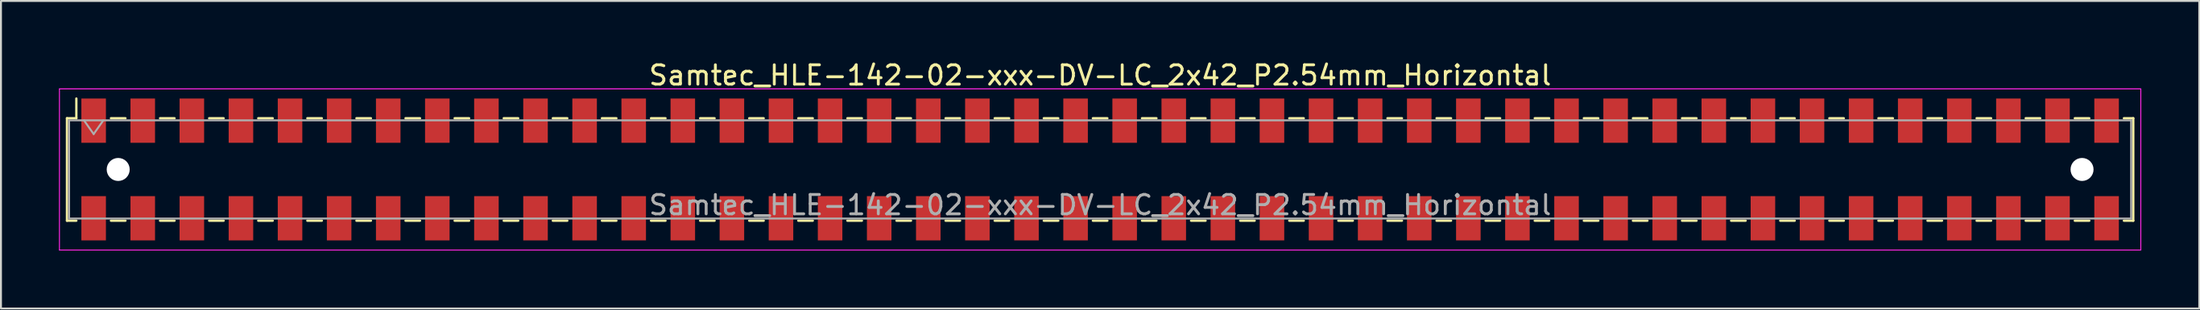
<source format=kicad_pcb>
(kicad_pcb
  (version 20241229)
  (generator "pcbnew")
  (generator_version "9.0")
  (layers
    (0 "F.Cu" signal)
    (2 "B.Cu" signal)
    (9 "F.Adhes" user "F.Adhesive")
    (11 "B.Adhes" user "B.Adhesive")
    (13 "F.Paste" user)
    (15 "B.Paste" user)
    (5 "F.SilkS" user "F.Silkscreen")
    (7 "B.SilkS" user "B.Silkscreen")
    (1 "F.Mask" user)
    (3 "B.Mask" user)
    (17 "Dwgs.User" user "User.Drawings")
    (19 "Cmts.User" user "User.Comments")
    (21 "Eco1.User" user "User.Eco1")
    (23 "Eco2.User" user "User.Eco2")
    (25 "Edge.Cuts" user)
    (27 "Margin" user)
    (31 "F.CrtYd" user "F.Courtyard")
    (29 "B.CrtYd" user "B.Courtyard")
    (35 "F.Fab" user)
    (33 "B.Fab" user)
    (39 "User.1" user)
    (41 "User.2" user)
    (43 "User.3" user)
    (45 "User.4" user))
  (footprint "Samtec_HLE-142-02-xxx-DV-LC_2x42_P2.54mm_Horizontal"
    (layer "F.Cu")
    (at 53.865 5.718)
    (property "Reference" "Samtec_HLE-142-02-xxx-DV-LC_2x42_P2.54mm_Horizontal" (at 0 -4.87 0) (layer "F.SilkS") (effects (font (size 1 1) (thickness 0.15))))
    (attr smd)
    (fp_line (start -53.45 -2.65) (end -53.45 2.65) (stroke (width 0.12) (type solid)) (layer "F.SilkS"))
    (fp_line (start -53.45 2.65) (end -52.965 2.65) (stroke (width 0.12) (type solid)) (layer "F.SilkS"))
    (fp_line (start -52.965 -3.67) (end -52.965 -2.65) (stroke (width 0.12) (type solid)) (layer "F.SilkS"))
    (fp_line (start -52.965 -2.65) (end -53.45 -2.65) (stroke (width 0.12) (type solid)) (layer "F.SilkS"))
    (fp_line (start -51.175 -2.65) (end -50.425 -2.65) (stroke (width 0.12) (type solid)) (layer "F.SilkS"))
    (fp_line (start -51.175 2.65) (end -50.425 2.65) (stroke (width 0.12) (type solid)) (layer "F.SilkS"))
    (fp_line (start -48.635 -2.65) (end -47.885 -2.65) (stroke (width 0.12) (type solid)) (layer "F.SilkS"))
    (fp_line (start -48.635 2.65) (end -47.885 2.65) (stroke (width 0.12) (type solid)) (layer "F.SilkS"))
    (fp_line (start -46.095 -2.65) (end -45.345 -2.65) (stroke (width 0.12) (type solid)) (layer "F.SilkS"))
    (fp_line (start -46.095 2.65) (end -45.345 2.65) (stroke (width 0.12) (type solid)) (layer "F.SilkS"))
    (fp_line (start -43.555 -2.65) (end -42.805 -2.65) (stroke (width 0.12) (type solid)) (layer "F.SilkS"))
    (fp_line (start -43.555 2.65) (end -42.805 2.65) (stroke (width 0.12) (type solid)) (layer "F.SilkS"))
    (fp_line (start -41.015 -2.65) (end -40.265 -2.65) (stroke (width 0.12) (type solid)) (layer "F.SilkS"))
    (fp_line (start -41.015 2.65) (end -40.265 2.65) (stroke (width 0.12) (type solid)) (layer "F.SilkS"))
    (fp_line (start -38.475 -2.65) (end -37.725 -2.65) (stroke (width 0.12) (type solid)) (layer "F.SilkS"))
    (fp_line (start -38.475 2.65) (end -37.725 2.65) (stroke (width 0.12) (type solid)) (layer "F.SilkS"))
    (fp_line (start -35.935 -2.65) (end -35.185 -2.65) (stroke (width 0.12) (type solid)) (layer "F.SilkS"))
    (fp_line (start -35.935 2.65) (end -35.185 2.65) (stroke (width 0.12) (type solid)) (layer "F.SilkS"))
    (fp_line (start -33.395 -2.65) (end -32.645 -2.65) (stroke (width 0.12) (type solid)) (layer "F.SilkS"))
    (fp_line (start -33.395 2.65) (end -32.645 2.65) (stroke (width 0.12) (type solid)) (layer "F.SilkS"))
    (fp_line (start -30.855 -2.65) (end -30.105 -2.65) (stroke (width 0.12) (type solid)) (layer "F.SilkS"))
    (fp_line (start -30.855 2.65) (end -30.105 2.65) (stroke (width 0.12) (type solid)) (layer "F.SilkS"))
    (fp_line (start -28.315 -2.65) (end -27.565 -2.65) (stroke (width 0.12) (type solid)) (layer "F.SilkS"))
    (fp_line (start -28.315 2.65) (end -27.565 2.65) (stroke (width 0.12) (type solid)) (layer "F.SilkS"))
    (fp_line (start -25.775 -2.65) (end -25.025 -2.65) (stroke (width 0.12) (type solid)) (layer "F.SilkS"))
    (fp_line (start -25.775 2.65) (end -25.025 2.65) (stroke (width 0.12) (type solid)) (layer "F.SilkS"))
    (fp_line (start -23.235 -2.65) (end -22.485 -2.65) (stroke (width 0.12) (type solid)) (layer "F.SilkS"))
    (fp_line (start -23.235 2.65) (end -22.485 2.65) (stroke (width 0.12) (type solid)) (layer "F.SilkS"))
    (fp_line (start -20.695 -2.65) (end -19.945 -2.65) (stroke (width 0.12) (type solid)) (layer "F.SilkS"))
    (fp_line (start -20.695 2.65) (end -19.945 2.65) (stroke (width 0.12) (type solid)) (layer "F.SilkS"))
    (fp_line (start -18.155 -2.65) (end -17.405 -2.65) (stroke (width 0.12) (type solid)) (layer "F.SilkS"))
    (fp_line (start -18.155 2.65) (end -17.405 2.65) (stroke (width 0.12) (type solid)) (layer "F.SilkS"))
    (fp_line (start -15.615 -2.65) (end -14.865 -2.65) (stroke (width 0.12) (type solid)) (layer "F.SilkS"))
    (fp_line (start -15.615 2.65) (end -14.865 2.65) (stroke (width 0.12) (type solid)) (layer "F.SilkS"))
    (fp_line (start -13.075 -2.65) (end -12.325 -2.65) (stroke (width 0.12) (type solid)) (layer "F.SilkS"))
    (fp_line (start -13.075 2.65) (end -12.325 2.65) (stroke (width 0.12) (type solid)) (layer "F.SilkS"))
    (fp_line (start -10.535 -2.65) (end -9.785 -2.65) (stroke (width 0.12) (type solid)) (layer "F.SilkS"))
    (fp_line (start -10.535 2.65) (end -9.785 2.65) (stroke (width 0.12) (type solid)) (layer "F.SilkS"))
    (fp_line (start -7.995 -2.65) (end -7.245 -2.65) (stroke (width 0.12) (type solid)) (layer "F.SilkS"))
    (fp_line (start -7.995 2.65) (end -7.245 2.65) (stroke (width 0.12) (type solid)) (layer "F.SilkS"))
    (fp_line (start -5.455 -2.65) (end -4.705 -2.65) (stroke (width 0.12) (type solid)) (layer "F.SilkS"))
    (fp_line (start -5.455 2.65) (end -4.705 2.65) (stroke (width 0.12) (type solid)) (layer "F.SilkS"))
    (fp_line (start -2.915 -2.65) (end -2.165 -2.65) (stroke (width 0.12) (type solid)) (layer "F.SilkS"))
    (fp_line (start -2.915 2.65) (end -2.165 2.65) (stroke (width 0.12) (type solid)) (layer "F.SilkS"))
    (fp_line (start -0.375 -2.65) (end 0.375 -2.65) (stroke (width 0.12) (type solid)) (layer "F.SilkS"))
    (fp_line (start -0.375 2.65) (end 0.375 2.65) (stroke (width 0.12) (type solid)) (layer "F.SilkS"))
    (fp_line (start 2.165 -2.65) (end 2.915 -2.65) (stroke (width 0.12) (type solid)) (layer "F.SilkS"))
    (fp_line (start 2.165 2.65) (end 2.915 2.65) (stroke (width 0.12) (type solid)) (layer "F.SilkS"))
    (fp_line (start 4.705 -2.65) (end 5.455 -2.65) (stroke (width 0.12) (type solid)) (layer "F.SilkS"))
    (fp_line (start 4.705 2.65) (end 5.455 2.65) (stroke (width 0.12) (type solid)) (layer "F.SilkS"))
    (fp_line (start 7.245 -2.65) (end 7.995 -2.65) (stroke (width 0.12) (type solid)) (layer "F.SilkS"))
    (fp_line (start 7.245 2.65) (end 7.995 2.65) (stroke (width 0.12) (type solid)) (layer "F.SilkS"))
    (fp_line (start 9.785 -2.65) (end 10.535 -2.65) (stroke (width 0.12) (type solid)) (layer "F.SilkS"))
    (fp_line (start 9.785 2.65) (end 10.535 2.65) (stroke (width 0.12) (type solid)) (layer "F.SilkS"))
    (fp_line (start 12.325 -2.65) (end 13.075 -2.65) (stroke (width 0.12) (type solid)) (layer "F.SilkS"))
    (fp_line (start 12.325 2.65) (end 13.075 2.65) (stroke (width 0.12) (type solid)) (layer "F.SilkS"))
    (fp_line (start 14.865 -2.65) (end 15.615 -2.65) (stroke (width 0.12) (type solid)) (layer "F.SilkS"))
    (fp_line (start 14.865 2.65) (end 15.615 2.65) (stroke (width 0.12) (type solid)) (layer "F.SilkS"))
    (fp_line (start 17.405 -2.65) (end 18.155 -2.65) (stroke (width 0.12) (type solid)) (layer "F.SilkS"))
    (fp_line (start 17.405 2.65) (end 18.155 2.65) (stroke (width 0.12) (type solid)) (layer "F.SilkS"))
    (fp_line (start 19.945 -2.65) (end 20.695 -2.65) (stroke (width 0.12) (type solid)) (layer "F.SilkS"))
    (fp_line (start 19.945 2.65) (end 20.695 2.65) (stroke (width 0.12) (type solid)) (layer "F.SilkS"))
    (fp_line (start 22.485 -2.65) (end 23.235 -2.65) (stroke (width 0.12) (type solid)) (layer "F.SilkS"))
    (fp_line (start 22.485 2.65) (end 23.235 2.65) (stroke (width 0.12) (type solid)) (layer "F.SilkS"))
    (fp_line (start 25.025 -2.65) (end 25.775 -2.65) (stroke (width 0.12) (type solid)) (layer "F.SilkS"))
    (fp_line (start 25.025 2.65) (end 25.775 2.65) (stroke (width 0.12) (type solid)) (layer "F.SilkS"))
    (fp_line (start 27.565 -2.65) (end 28.315 -2.65) (stroke (width 0.12) (type solid)) (layer "F.SilkS"))
    (fp_line (start 27.565 2.65) (end 28.315 2.65) (stroke (width 0.12) (type solid)) (layer "F.SilkS"))
    (fp_line (start 30.105 -2.65) (end 30.855 -2.65) (stroke (width 0.12) (type solid)) (layer "F.SilkS"))
    (fp_line (start 30.105 2.65) (end 30.855 2.65) (stroke (width 0.12) (type solid)) (layer "F.SilkS"))
    (fp_line (start 32.645 -2.65) (end 33.395 -2.65) (stroke (width 0.12) (type solid)) (layer "F.SilkS"))
    (fp_line (start 32.645 2.65) (end 33.395 2.65) (stroke (width 0.12) (type solid)) (layer "F.SilkS"))
    (fp_line (start 35.185 -2.65) (end 35.935 -2.65) (stroke (width 0.12) (type solid)) (layer "F.SilkS"))
    (fp_line (start 35.185 2.65) (end 35.935 2.65) (stroke (width 0.12) (type solid)) (layer "F.SilkS"))
    (fp_line (start 37.725 -2.65) (end 38.475 -2.65) (stroke (width 0.12) (type solid)) (layer "F.SilkS"))
    (fp_line (start 37.725 2.65) (end 38.475 2.65) (stroke (width 0.12) (type solid)) (layer "F.SilkS"))
    (fp_line (start 40.265 -2.65) (end 41.015 -2.65) (stroke (width 0.12) (type solid)) (layer "F.SilkS"))
    (fp_line (start 40.265 2.65) (end 41.015 2.65) (stroke (width 0.12) (type solid)) (layer "F.SilkS"))
    (fp_line (start 42.805 -2.65) (end 43.555 -2.65) (stroke (width 0.12) (type solid)) (layer "F.SilkS"))
    (fp_line (start 42.805 2.65) (end 43.555 2.65) (stroke (width 0.12) (type solid)) (layer "F.SilkS"))
    (fp_line (start 45.345 -2.65) (end 46.095 -2.65) (stroke (width 0.12) (type solid)) (layer "F.SilkS"))
    (fp_line (start 45.345 2.65) (end 46.095 2.65) (stroke (width 0.12) (type solid)) (layer "F.SilkS"))
    (fp_line (start 47.885 -2.65) (end 48.635 -2.65) (stroke (width 0.12) (type solid)) (layer "F.SilkS"))
    (fp_line (start 47.885 2.65) (end 48.635 2.65) (stroke (width 0.12) (type solid)) (layer "F.SilkS"))
    (fp_line (start 50.425 -2.65) (end 51.175 -2.65) (stroke (width 0.12) (type solid)) (layer "F.SilkS"))
    (fp_line (start 50.425 2.65) (end 51.175 2.65) (stroke (width 0.12) (type solid)) (layer "F.SilkS"))
    (fp_line (start 52.965 -2.65) (end 53.45 -2.65) (stroke (width 0.12) (type solid)) (layer "F.SilkS"))
    (fp_line (start 53.45 -2.65) (end 53.45 2.65) (stroke (width 0.12) (type solid)) (layer "F.SilkS"))
    (fp_line (start 53.45 2.65) (end 52.965 2.65) (stroke (width 0.12) (type solid)) (layer "F.SilkS"))
    (fp_line (start -53.84 -4.17) (end 53.84 -4.17) (stroke (width 0.05) (type solid)) (layer "F.CrtYd"))
    (fp_line (start -53.84 4.17) (end -53.84 -4.17) (stroke (width 0.05) (type solid)) (layer "F.CrtYd"))
    (fp_line (start 53.84 -4.17) (end 53.84 4.17) (stroke (width 0.05) (type solid)) (layer "F.CrtYd"))
    (fp_line (start 53.84 4.17) (end -53.84 4.17) (stroke (width 0.05) (type solid)) (layer "F.CrtYd"))
    (fp_line (start -53.34 -2.54) (end 53.34 -2.54) (stroke (width 0.1) (type solid)) (layer "F.Fab"))
    (fp_line (start -53.34 2.54) (end -53.34 -2.54) (stroke (width 0.1) (type solid)) (layer "F.Fab"))
    (fp_line (start -52.57 -2.54) (end -52.07 -1.833) (stroke (width 0.1) (type solid)) (layer "F.Fab"))
    (fp_line (start -52.07 -1.833) (end -51.57 -2.54) (stroke (width 0.1) (type solid)) (layer "F.Fab"))
    (fp_line (start 53.34 -2.54) (end 53.34 2.54) (stroke (width 0.1) (type solid)) (layer "F.Fab"))
    (fp_line (start 53.34 2.54) (end -53.34 2.54) (stroke (width 0.1) (type solid)) (layer "F.Fab"))
    (fp_text user "${REFERENCE}" (at 0 1.84 0) (layer "F.Fab") (effects (font (size 1 1) (thickness 0.15))))
    (pad "" np_thru_hole circle (at -50.8 0) (size 1.19 1.19) (drill 1.19) (layers "*.Cu" "*.Mask"))
    (pad "" np_thru_hole circle (at 50.8 0) (size 1.19 1.19) (drill 1.19) (layers "*.Cu" "*.Mask"))
    (pad "1" smd rect (at -52.07 -2.525) (size 1.27 2.29) (layers "F.Cu" "F.Mask" "F.Paste"))
    (pad "2" smd rect (at -52.07 2.525) (size 1.27 2.29) (layers "F.Cu" "F.Mask" "F.Paste"))
    (pad "3" smd rect (at -49.53 -2.525) (size 1.27 2.29) (layers "F.Cu" "F.Mask" "F.Paste"))
    (pad "4" smd rect (at -49.53 2.525) (size 1.27 2.29) (layers "F.Cu" "F.Mask" "F.Paste"))
    (pad "5" smd rect (at -46.99 -2.525) (size 1.27 2.29) (layers "F.Cu" "F.Mask" "F.Paste"))
    (pad "6" smd rect (at -46.99 2.525) (size 1.27 2.29) (layers "F.Cu" "F.Mask" "F.Paste"))
    (pad "7" smd rect (at -44.45 -2.525) (size 1.27 2.29) (layers "F.Cu" "F.Mask" "F.Paste"))
    (pad "8" smd rect (at -44.45 2.525) (size 1.27 2.29) (layers "F.Cu" "F.Mask" "F.Paste"))
    (pad "9" smd rect (at -41.91 -2.525) (size 1.27 2.29) (layers "F.Cu" "F.Mask" "F.Paste"))
    (pad "10" smd rect (at -41.91 2.525) (size 1.27 2.29) (layers "F.Cu" "F.Mask" "F.Paste"))
    (pad "11" smd rect (at -39.37 -2.525) (size 1.27 2.29) (layers "F.Cu" "F.Mask" "F.Paste"))
    (pad "12" smd rect (at -39.37 2.525) (size 1.27 2.29) (layers "F.Cu" "F.Mask" "F.Paste"))
    (pad "13" smd rect (at -36.83 -2.525) (size 1.27 2.29) (layers "F.Cu" "F.Mask" "F.Paste"))
    (pad "14" smd rect (at -36.83 2.525) (size 1.27 2.29) (layers "F.Cu" "F.Mask" "F.Paste"))
    (pad "15" smd rect (at -34.29 -2.525) (size 1.27 2.29) (layers "F.Cu" "F.Mask" "F.Paste"))
    (pad "16" smd rect (at -34.29 2.525) (size 1.27 2.29) (layers "F.Cu" "F.Mask" "F.Paste"))
    (pad "17" smd rect (at -31.75 -2.525) (size 1.27 2.29) (layers "F.Cu" "F.Mask" "F.Paste"))
    (pad "18" smd rect (at -31.75 2.525) (size 1.27 2.29) (layers "F.Cu" "F.Mask" "F.Paste"))
    (pad "19" smd rect (at -29.21 -2.525) (size 1.27 2.29) (layers "F.Cu" "F.Mask" "F.Paste"))
    (pad "20" smd rect (at -29.21 2.525) (size 1.27 2.29) (layers "F.Cu" "F.Mask" "F.Paste"))
    (pad "21" smd rect (at -26.67 -2.525) (size 1.27 2.29) (layers "F.Cu" "F.Mask" "F.Paste"))
    (pad "22" smd rect (at -26.67 2.525) (size 1.27 2.29) (layers "F.Cu" "F.Mask" "F.Paste"))
    (pad "23" smd rect (at -24.13 -2.525) (size 1.27 2.29) (layers "F.Cu" "F.Mask" "F.Paste"))
    (pad "24" smd rect (at -24.13 2.525) (size 1.27 2.29) (layers "F.Cu" "F.Mask" "F.Paste"))
    (pad "25" smd rect (at -21.59 -2.525) (size 1.27 2.29) (layers "F.Cu" "F.Mask" "F.Paste"))
    (pad "26" smd rect (at -21.59 2.525) (size 1.27 2.29) (layers "F.Cu" "F.Mask" "F.Paste"))
    (pad "27" smd rect (at -19.05 -2.525) (size 1.27 2.29) (layers "F.Cu" "F.Mask" "F.Paste"))
    (pad "28" smd rect (at -19.05 2.525) (size 1.27 2.29) (layers "F.Cu" "F.Mask" "F.Paste"))
    (pad "29" smd rect (at -16.51 -2.525) (size 1.27 2.29) (layers "F.Cu" "F.Mask" "F.Paste"))
    (pad "30" smd rect (at -16.51 2.525) (size 1.27 2.29) (layers "F.Cu" "F.Mask" "F.Paste"))
    (pad "31" smd rect (at -13.97 -2.525) (size 1.27 2.29) (layers "F.Cu" "F.Mask" "F.Paste"))
    (pad "32" smd rect (at -13.97 2.525) (size 1.27 2.29) (layers "F.Cu" "F.Mask" "F.Paste"))
    (pad "33" smd rect (at -11.43 -2.525) (size 1.27 2.29) (layers "F.Cu" "F.Mask" "F.Paste"))
    (pad "34" smd rect (at -11.43 2.525) (size 1.27 2.29) (layers "F.Cu" "F.Mask" "F.Paste"))
    (pad "35" smd rect (at -8.89 -2.525) (size 1.27 2.29) (layers "F.Cu" "F.Mask" "F.Paste"))
    (pad "36" smd rect (at -8.89 2.525) (size 1.27 2.29) (layers "F.Cu" "F.Mask" "F.Paste"))
    (pad "37" smd rect (at -6.35 -2.525) (size 1.27 2.29) (layers "F.Cu" "F.Mask" "F.Paste"))
    (pad "38" smd rect (at -6.35 2.525) (size 1.27 2.29) (layers "F.Cu" "F.Mask" "F.Paste"))
    (pad "39" smd rect (at -3.81 -2.525) (size 1.27 2.29) (layers "F.Cu" "F.Mask" "F.Paste"))
    (pad "40" smd rect (at -3.81 2.525) (size 1.27 2.29) (layers "F.Cu" "F.Mask" "F.Paste"))
    (pad "41" smd rect (at -1.27 -2.525) (size 1.27 2.29) (layers "F.Cu" "F.Mask" "F.Paste"))
    (pad "42" smd rect (at -1.27 2.525) (size 1.27 2.29) (layers "F.Cu" "F.Mask" "F.Paste"))
    (pad "43" smd rect (at 1.27 -2.525) (size 1.27 2.29) (layers "F.Cu" "F.Mask" "F.Paste"))
    (pad "44" smd rect (at 1.27 2.525) (size 1.27 2.29) (layers "F.Cu" "F.Mask" "F.Paste"))
    (pad "45" smd rect (at 3.81 -2.525) (size 1.27 2.29) (layers "F.Cu" "F.Mask" "F.Paste"))
    (pad "46" smd rect (at 3.81 2.525) (size 1.27 2.29) (layers "F.Cu" "F.Mask" "F.Paste"))
    (pad "47" smd rect (at 6.35 -2.525) (size 1.27 2.29) (layers "F.Cu" "F.Mask" "F.Paste"))
    (pad "48" smd rect (at 6.35 2.525) (size 1.27 2.29) (layers "F.Cu" "F.Mask" "F.Paste"))
    (pad "49" smd rect (at 8.89 -2.525) (size 1.27 2.29) (layers "F.Cu" "F.Mask" "F.Paste"))
    (pad "50" smd rect (at 8.89 2.525) (size 1.27 2.29) (layers "F.Cu" "F.Mask" "F.Paste"))
    (pad "51" smd rect (at 11.43 -2.525) (size 1.27 2.29) (layers "F.Cu" "F.Mask" "F.Paste"))
    (pad "52" smd rect (at 11.43 2.525) (size 1.27 2.29) (layers "F.Cu" "F.Mask" "F.Paste"))
    (pad "53" smd rect (at 13.97 -2.525) (size 1.27 2.29) (layers "F.Cu" "F.Mask" "F.Paste"))
    (pad "54" smd rect (at 13.97 2.525) (size 1.27 2.29) (layers "F.Cu" "F.Mask" "F.Paste"))
    (pad "55" smd rect (at 16.51 -2.525) (size 1.27 2.29) (layers "F.Cu" "F.Mask" "F.Paste"))
    (pad "56" smd rect (at 16.51 2.525) (size 1.27 2.29) (layers "F.Cu" "F.Mask" "F.Paste"))
    (pad "57" smd rect (at 19.05 -2.525) (size 1.27 2.29) (layers "F.Cu" "F.Mask" "F.Paste"))
    (pad "58" smd rect (at 19.05 2.525) (size 1.27 2.29) (layers "F.Cu" "F.Mask" "F.Paste"))
    (pad "59" smd rect (at 21.59 -2.525) (size 1.27 2.29) (layers "F.Cu" "F.Mask" "F.Paste"))
    (pad "60" smd rect (at 21.59 2.525) (size 1.27 2.29) (layers "F.Cu" "F.Mask" "F.Paste"))
    (pad "61" smd rect (at 24.13 -2.525) (size 1.27 2.29) (layers "F.Cu" "F.Mask" "F.Paste"))
    (pad "62" smd rect (at 24.13 2.525) (size 1.27 2.29) (layers "F.Cu" "F.Mask" "F.Paste"))
    (pad "63" smd rect (at 26.67 -2.525) (size 1.27 2.29) (layers "F.Cu" "F.Mask" "F.Paste"))
    (pad "64" smd rect (at 26.67 2.525) (size 1.27 2.29) (layers "F.Cu" "F.Mask" "F.Paste"))
    (pad "65" smd rect (at 29.21 -2.525) (size 1.27 2.29) (layers "F.Cu" "F.Mask" "F.Paste"))
    (pad "66" smd rect (at 29.21 2.525) (size 1.27 2.29) (layers "F.Cu" "F.Mask" "F.Paste"))
    (pad "67" smd rect (at 31.75 -2.525) (size 1.27 2.29) (layers "F.Cu" "F.Mask" "F.Paste"))
    (pad "68" smd rect (at 31.75 2.525) (size 1.27 2.29) (layers "F.Cu" "F.Mask" "F.Paste"))
    (pad "69" smd rect (at 34.29 -2.525) (size 1.27 2.29) (layers "F.Cu" "F.Mask" "F.Paste"))
    (pad "70" smd rect (at 34.29 2.525) (size 1.27 2.29) (layers "F.Cu" "F.Mask" "F.Paste"))
    (pad "71" smd rect (at 36.83 -2.525) (size 1.27 2.29) (layers "F.Cu" "F.Mask" "F.Paste"))
    (pad "72" smd rect (at 36.83 2.525) (size 1.27 2.29) (layers "F.Cu" "F.Mask" "F.Paste"))
    (pad "73" smd rect (at 39.37 -2.525) (size 1.27 2.29) (layers "F.Cu" "F.Mask" "F.Paste"))
    (pad "74" smd rect (at 39.37 2.525) (size 1.27 2.29) (layers "F.Cu" "F.Mask" "F.Paste"))
    (pad "75" smd rect (at 41.91 -2.525) (size 1.27 2.29) (layers "F.Cu" "F.Mask" "F.Paste"))
    (pad "76" smd rect (at 41.91 2.525) (size 1.27 2.29) (layers "F.Cu" "F.Mask" "F.Paste"))
    (pad "77" smd rect (at 44.45 -2.525) (size 1.27 2.29) (layers "F.Cu" "F.Mask" "F.Paste"))
    (pad "78" smd rect (at 44.45 2.525) (size 1.27 2.29) (layers "F.Cu" "F.Mask" "F.Paste"))
    (pad "79" smd rect (at 46.99 -2.525) (size 1.27 2.29) (layers "F.Cu" "F.Mask" "F.Paste"))
    (pad "80" smd rect (at 46.99 2.525) (size 1.27 2.29) (layers "F.Cu" "F.Mask" "F.Paste"))
    (pad "81" smd rect (at 49.53 -2.525) (size 1.27 2.29) (layers "F.Cu" "F.Mask" "F.Paste"))
    (pad "82" smd rect (at 49.53 2.525) (size 1.27 2.29) (layers "F.Cu" "F.Mask" "F.Paste"))
    (pad "83" smd rect (at 52.07 -2.525) (size 1.27 2.29) (layers "F.Cu" "F.Mask" "F.Paste"))
    (pad "84" smd rect (at 52.07 2.525) (size 1.27 2.29) (layers "F.Cu" "F.Mask" "F.Paste")))
  (gr_rect
    (start -3 -3)
    (end 110.73 12.913)
    (stroke (width 0.1) (type default))
    (fill no)
    (layer "Edge.Cuts")))
</source>
